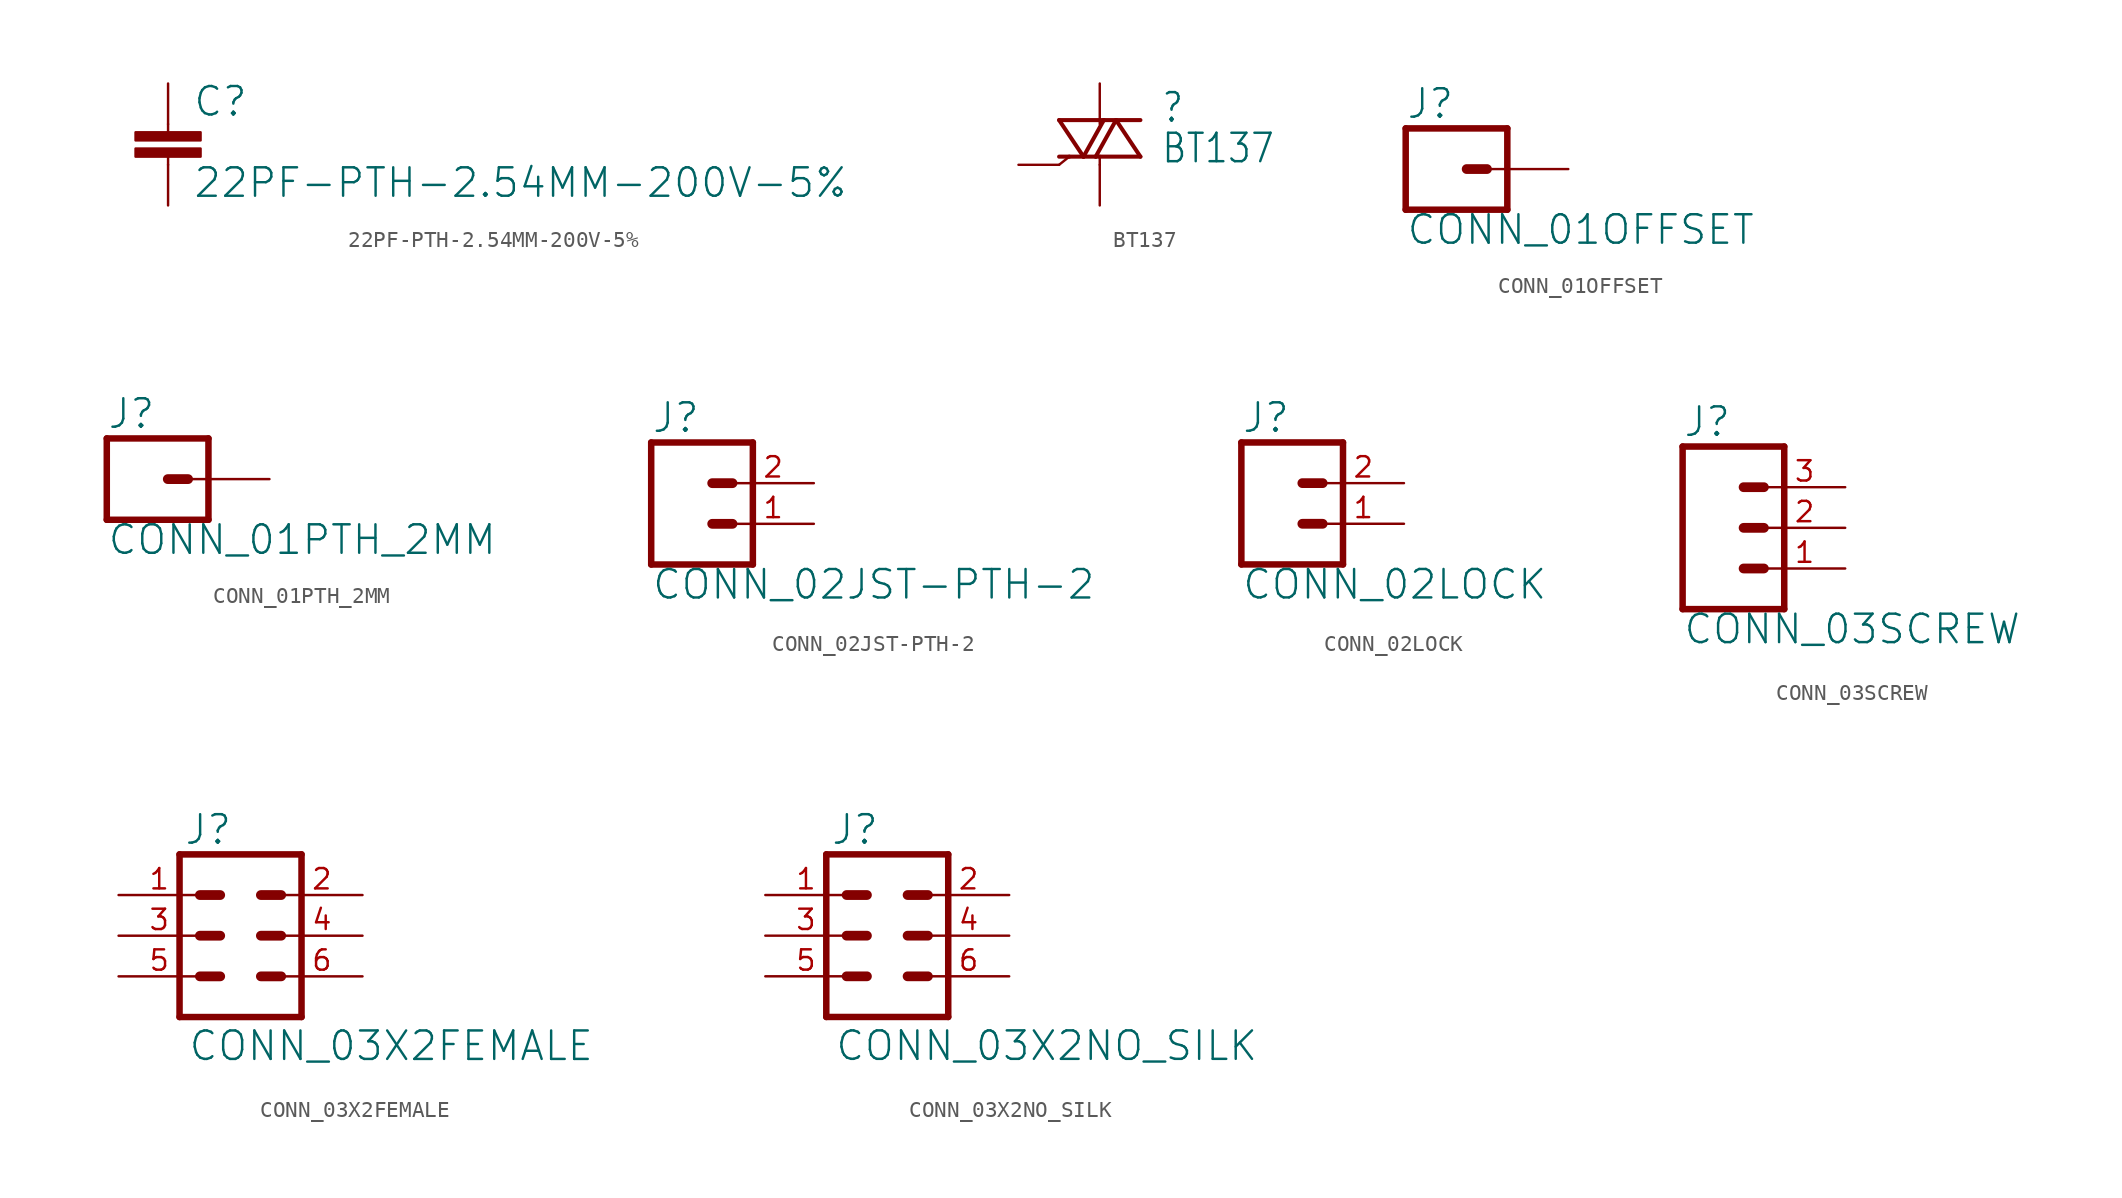
<source format=kicad_sym>
(kicad_symbol_lib
  (version 20220331)
  (generator kicad_symbol_editor)
  (symbol "22PF-PTH-2.54MM-200V-5%"
    (property "Reference" "C"
      (at 1.524 2.921 0)
      (effects (font (size 1.778 1.778)) (justify left bottom)))
    (property "Value" "22PF-PTH-2.54MM-200V-5%"
      (at 1.524 -2.159 0)
      (effects (font (size 1.778 1.778)) (justify left bottom)))
    (property "ki_locked" ""
      (at 0 0 0)
      (effects (font (size 1.27 1.27))))
    (symbol "22PF-PTH-2.54MM-200V-5%_1_0"
      (rectangle (start -2.032 0.508) (end 2.032 1.016) (stroke (width 0) (type default)) (fill (type outline)))
      (rectangle (start -2.032 1.524) (end 2.032 2.032) (stroke (width 0) (type default)) (fill (type outline)))
      (polyline (pts (xy 0 0) (xy 0 0.508)) (stroke (width 0.152) (type solid)) (fill (type none)))
      (polyline (pts (xy 0 2.54) (xy 0 2.032)) (stroke (width 0.152) (type solid)) (fill (type none)))
      (pin passive line (at 0 5.08 270) (length 2.54) (name "1" (effects (font (size 0 0)))) (number "1" (effects (font (size 0 0)))))
      (pin passive line (at 0 -2.54 90) (length 2.54) (name "2" (effects (font (size 0 0)))) (number "2" (effects (font (size 0 0)))))))
  (symbol "BT137"
    (property "Reference" ""
      (at 3.81 2.54 0)
      (effects (font (size 1.778 1.511)) (justify left bottom)))
    (property "Value" "BT137"
      (at 3.81 0 0)
      (effects (font (size 1.778 1.511)) (justify left bottom)))
    (property "ki_locked" ""
      (at 0 0 0)
      (effects (font (size 1.27 1.27))))
    (symbol "BT137_1_0"
      (polyline (pts (xy -2.54 2.794) (xy -1.016 0.508)) (stroke (width 0.254) (type solid)) (fill (type none)))
      (polyline (pts (xy -1.905 0.508) (xy -2.54 0)) (stroke (width 0.152) (type solid)) (fill (type none)))
      (polyline (pts (xy -1.905 0.508) (xy -2.54 0.508)) (stroke (width 0.254) (type solid)) (fill (type none)))
      (polyline (pts (xy -1.016 0.508) (xy -1.905 0.508)) (stroke (width 0.254) (type solid)) (fill (type none)))
      (polyline (pts (xy -1.016 0.508) (xy -0.254 0.508)) (stroke (width 0.254) (type solid)) (fill (type none)))
      (polyline (pts (xy -1.016 0.508) (xy 0.254 2.794)) (stroke (width 0.254) (type solid)) (fill (type none)))
      (polyline (pts (xy -0.254 0.508) (xy 1.016 2.794)) (stroke (width 0.254) (type solid)) (fill (type none)))
      (polyline (pts (xy 0 0) (xy 0 0.508)) (stroke (width 0.152) (type solid)) (fill (type none)))
      (polyline (pts (xy 0 0.508) (xy -0.254 0.508)) (stroke (width 0.254) (type solid)) (fill (type none)))
      (polyline (pts (xy 0.254 2.794) (xy -2.54 2.794)) (stroke (width 0.254) (type solid)) (fill (type none)))
      (polyline (pts (xy 1.016 2.794) (xy 0.254 2.794)) (stroke (width 0.254) (type solid)) (fill (type none)))
      (polyline (pts (xy 1.016 2.794) (xy 2.54 0.508)) (stroke (width 0.254) (type solid)) (fill (type none)))
      (polyline (pts (xy 1.016 2.794) (xy 2.54 2.794)) (stroke (width 0.254) (type solid)) (fill (type none)))
      (polyline (pts (xy 2.54 0.508) (xy 0 0.508)) (stroke (width 0.254) (type solid)) (fill (type none)))
      (pin passive line (at -5.08 0 0) (length 2.54) (name "G" (effects (font (size 0 0)))) (number "G" (effects (font (size 0 0)))))
      (pin passive line (at 0 -2.54 90) (length 2.54) (name "A1" (effects (font (size 0 0)))) (number "T1" (effects (font (size 0 0)))))
      (pin passive line (at 0 5.08 270) (length 2.54) (name "A2" (effects (font (size 0 0)))) (number "T2" (effects (font (size 0 0)))))))
  (symbol "CONN_01OFFSET"
    (property "Reference" "J"
      (at -2.54 3.048 0)
      (effects (font (size 1.778 1.778)) (justify left bottom)))
    (property "Value" "CONN_01OFFSET"
      (at -2.54 -4.826 0)
      (effects (font (size 1.778 1.778)) (justify left bottom)))
    (property "ki_locked" ""
      (at 0 0 0)
      (effects (font (size 1.27 1.27))))
    (symbol "CONN_01OFFSET_1_0"
      (polyline (pts (xy -2.54 2.54) (xy -2.54 -2.54)) (stroke (width 0.406) (type solid)) (fill (type none)))
      (polyline (pts (xy -2.54 2.54) (xy 3.81 2.54)) (stroke (width 0.406) (type solid)) (fill (type none)))
      (polyline (pts (xy 1.27 0) (xy 2.54 0)) (stroke (width 0.61) (type solid)) (fill (type none)))
      (polyline (pts (xy 3.81 -2.54) (xy -2.54 -2.54)) (stroke (width 0.406) (type solid)) (fill (type none)))
      (polyline (pts (xy 3.81 -2.54) (xy 3.81 2.54)) (stroke (width 0.406) (type solid)) (fill (type none)))
      (pin passive line (at 7.62 0 180) (length 5.08) (name "1" (effects (font (size 0 0)))) (number "1" (effects (font (size 0 0)))))))
  (symbol "CONN_01PTH_2MM"
    (property "Reference" "J"
      (at -2.54 3.048 0)
      (effects (font (size 1.778 1.778)) (justify left bottom)))
    (property "Value" "CONN_01PTH_2MM"
      (at -2.54 -4.826 0)
      (effects (font (size 1.778 1.778)) (justify left bottom)))
    (property "ki_locked" ""
      (at 0 0 0)
      (effects (font (size 1.27 1.27))))
    (symbol "CONN_01PTH_2MM_1_0"
      (polyline (pts (xy -2.54 2.54) (xy -2.54 -2.54)) (stroke (width 0.406) (type solid)) (fill (type none)))
      (polyline (pts (xy -2.54 2.54) (xy 3.81 2.54)) (stroke (width 0.406) (type solid)) (fill (type none)))
      (polyline (pts (xy 1.27 0) (xy 2.54 0)) (stroke (width 0.61) (type solid)) (fill (type none)))
      (polyline (pts (xy 3.81 -2.54) (xy -2.54 -2.54)) (stroke (width 0.406) (type solid)) (fill (type none)))
      (polyline (pts (xy 3.81 -2.54) (xy 3.81 2.54)) (stroke (width 0.406) (type solid)) (fill (type none)))
      (pin passive line (at 7.62 0 180) (length 5.08) (name "1" (effects (font (size 0 0)))) (number "1" (effects (font (size 0 0)))))))
  (symbol "CONN_02JST-PTH-2"
    (property "Reference" "J"
      (at -2.54 5.588 0)
      (effects (font (size 1.778 1.778)) (justify left bottom)))
    (property "Value" "CONN_02JST-PTH-2"
      (at -2.54 -4.826 0)
      (effects (font (size 1.778 1.778)) (justify left bottom)))
    (property "ki_locked" ""
      (at 0 0 0)
      (effects (font (size 1.27 1.27))))
    (symbol "CONN_02JST-PTH-2_1_0"
      (polyline (pts (xy -2.54 5.08) (xy -2.54 -2.54)) (stroke (width 0.406) (type solid)) (fill (type none)))
      (polyline (pts (xy -2.54 5.08) (xy 3.81 5.08)) (stroke (width 0.406) (type solid)) (fill (type none)))
      (polyline (pts (xy 1.27 0) (xy 2.54 0)) (stroke (width 0.61) (type solid)) (fill (type none)))
      (polyline (pts (xy 1.27 2.54) (xy 2.54 2.54)) (stroke (width 0.61) (type solid)) (fill (type none)))
      (polyline (pts (xy 3.81 -2.54) (xy -2.54 -2.54)) (stroke (width 0.406) (type solid)) (fill (type none)))
      (polyline (pts (xy 3.81 -2.54) (xy 3.81 5.08)) (stroke (width 0.406) (type solid)) (fill (type none)))
      (pin passive line (at 7.62 0 180) (length 5.08) (name "1" (effects (font (size 0 0)))) (number "1" (effects (font (size 1.27 1.27)))))
      (pin passive line (at 7.62 2.54 180) (length 5.08) (name "2" (effects (font (size 0 0)))) (number "2" (effects (font (size 1.27 1.27)))))))
  (symbol "CONN_02LOCK"
    (property "Reference" "J"
      (at -2.54 5.588 0)
      (effects (font (size 1.778 1.778)) (justify left bottom)))
    (property "Value" "CONN_02LOCK"
      (at -2.54 -4.826 0)
      (effects (font (size 1.778 1.778)) (justify left bottom)))
    (property "ki_locked" ""
      (at 0 0 0)
      (effects (font (size 1.27 1.27))))
    (symbol "CONN_02LOCK_1_0"
      (polyline (pts (xy -2.54 5.08) (xy -2.54 -2.54)) (stroke (width 0.406) (type solid)) (fill (type none)))
      (polyline (pts (xy -2.54 5.08) (xy 3.81 5.08)) (stroke (width 0.406) (type solid)) (fill (type none)))
      (polyline (pts (xy 1.27 0) (xy 2.54 0)) (stroke (width 0.61) (type solid)) (fill (type none)))
      (polyline (pts (xy 1.27 2.54) (xy 2.54 2.54)) (stroke (width 0.61) (type solid)) (fill (type none)))
      (polyline (pts (xy 3.81 -2.54) (xy -2.54 -2.54)) (stroke (width 0.406) (type solid)) (fill (type none)))
      (polyline (pts (xy 3.81 -2.54) (xy 3.81 5.08)) (stroke (width 0.406) (type solid)) (fill (type none)))
      (pin passive line (at 7.62 0 180) (length 5.08) (name "1" (effects (font (size 0 0)))) (number "1" (effects (font (size 1.27 1.27)))))
      (pin passive line (at 7.62 2.54 180) (length 5.08) (name "2" (effects (font (size 0 0)))) (number "2" (effects (font (size 1.27 1.27)))))))
  (symbol "CONN_03SCREW"
    (property "Reference" "J"
      (at -2.54 5.588 0)
      (effects (font (size 1.778 1.778)) (justify left bottom)))
    (property "Value" "CONN_03SCREW"
      (at -2.54 -7.366 0)
      (effects (font (size 1.778 1.778)) (justify left bottom)))
    (property "ki_locked" ""
      (at 0 0 0)
      (effects (font (size 1.27 1.27))))
    (symbol "CONN_03SCREW_1_0"
      (polyline (pts (xy -2.54 5.08) (xy -2.54 -5.08)) (stroke (width 0.406) (type solid)) (fill (type none)))
      (polyline (pts (xy -2.54 5.08) (xy 3.81 5.08)) (stroke (width 0.406) (type solid)) (fill (type none)))
      (polyline (pts (xy 1.27 -2.54) (xy 2.54 -2.54)) (stroke (width 0.61) (type solid)) (fill (type none)))
      (polyline (pts (xy 1.27 0) (xy 2.54 0)) (stroke (width 0.61) (type solid)) (fill (type none)))
      (polyline (pts (xy 1.27 2.54) (xy 2.54 2.54)) (stroke (width 0.61) (type solid)) (fill (type none)))
      (polyline (pts (xy 3.81 -5.08) (xy -2.54 -5.08)) (stroke (width 0.406) (type solid)) (fill (type none)))
      (polyline (pts (xy 3.81 -5.08) (xy 3.81 5.08)) (stroke (width 0.406) (type solid)) (fill (type none)))
      (pin passive line (at 7.62 -2.54 180) (length 5.08) (name "1" (effects (font (size 0 0)))) (number "1" (effects (font (size 1.27 1.27)))))
      (pin passive line (at 7.62 0 180) (length 5.08) (name "2" (effects (font (size 0 0)))) (number "2" (effects (font (size 1.27 1.27)))))
      (pin passive line (at 7.62 2.54 180) (length 5.08) (name "3" (effects (font (size 0 0)))) (number "3" (effects (font (size 1.27 1.27)))))))
  (symbol "CONN_03X2FEMALE"
    (property "Reference" "J"
      (at -3.556 5.588 0)
      (effects (font (size 1.778 1.778)) (justify left bottom)))
    (property "Value" "CONN_03X2FEMALE"
      (at -3.302 -5.842 0)
      (effects (font (size 1.778 1.778)) (justify left top)))
    (property "ki_locked" ""
      (at 0 0 0)
      (effects (font (size 1.27 1.27))))
    (symbol "CONN_03X2FEMALE_1_0"
      (polyline (pts (xy -3.81 5.08) (xy -3.81 -5.08)) (stroke (width 0.406) (type solid)) (fill (type none)))
      (polyline (pts (xy -3.81 5.08) (xy 3.81 5.08)) (stroke (width 0.406) (type solid)) (fill (type none)))
      (polyline (pts (xy -1.27 -2.54) (xy -2.54 -2.54)) (stroke (width 0.61) (type solid)) (fill (type none)))
      (polyline (pts (xy -1.27 0) (xy -2.54 0)) (stroke (width 0.61) (type solid)) (fill (type none)))
      (polyline (pts (xy -1.27 2.54) (xy -2.54 2.54)) (stroke (width 0.61) (type solid)) (fill (type none)))
      (polyline (pts (xy 1.27 -2.54) (xy 2.54 -2.54)) (stroke (width 0.61) (type solid)) (fill (type none)))
      (polyline (pts (xy 1.27 0) (xy 2.54 0)) (stroke (width 0.61) (type solid)) (fill (type none)))
      (polyline (pts (xy 1.27 2.54) (xy 2.54 2.54)) (stroke (width 0.61) (type solid)) (fill (type none)))
      (polyline (pts (xy 3.81 -5.08) (xy -3.81 -5.08)) (stroke (width 0.406) (type solid)) (fill (type none)))
      (polyline (pts (xy 3.81 -5.08) (xy 3.81 5.08)) (stroke (width 0.406) (type solid)) (fill (type none)))
      (pin bidirectional line (at -7.62 2.54 0) (length 5.08) (name "1" (effects (font (size 0 0)))) (number "1" (effects (font (size 1.27 1.27)))))
      (pin bidirectional line (at 7.62 2.54 180) (length 5.08) (name "2" (effects (font (size 0 0)))) (number "2" (effects (font (size 1.27 1.27)))))
      (pin bidirectional line (at -7.62 0 0) (length 5.08) (name "3" (effects (font (size 0 0)))) (number "3" (effects (font (size 1.27 1.27)))))
      (pin bidirectional line (at 7.62 0 180) (length 5.08) (name "4" (effects (font (size 0 0)))) (number "4" (effects (font (size 1.27 1.27)))))
      (pin bidirectional line (at -7.62 -2.54 0) (length 5.08) (name "5" (effects (font (size 0 0)))) (number "5" (effects (font (size 1.27 1.27)))))
      (pin bidirectional line (at 7.62 -2.54 180) (length 5.08) (name "6" (effects (font (size 0 0)))) (number "6" (effects (font (size 1.27 1.27)))))))
  (symbol "CONN_03X2NO_SILK"
    (property "Reference" "J"
      (at -3.556 5.588 0)
      (effects (font (size 1.778 1.778)) (justify left bottom)))
    (property "Value" "CONN_03X2NO_SILK"
      (at -3.302 -5.842 0)
      (effects (font (size 1.778 1.778)) (justify left top)))
    (property "ki_locked" ""
      (at 0 0 0)
      (effects (font (size 1.27 1.27))))
    (symbol "CONN_03X2NO_SILK_1_0"
      (polyline (pts (xy -3.81 5.08) (xy -3.81 -5.08)) (stroke (width 0.406) (type solid)) (fill (type none)))
      (polyline (pts (xy -3.81 5.08) (xy 3.81 5.08)) (stroke (width 0.406) (type solid)) (fill (type none)))
      (polyline (pts (xy -1.27 -2.54) (xy -2.54 -2.54)) (stroke (width 0.61) (type solid)) (fill (type none)))
      (polyline (pts (xy -1.27 0) (xy -2.54 0)) (stroke (width 0.61) (type solid)) (fill (type none)))
      (polyline (pts (xy -1.27 2.54) (xy -2.54 2.54)) (stroke (width 0.61) (type solid)) (fill (type none)))
      (polyline (pts (xy 1.27 -2.54) (xy 2.54 -2.54)) (stroke (width 0.61) (type solid)) (fill (type none)))
      (polyline (pts (xy 1.27 0) (xy 2.54 0)) (stroke (width 0.61) (type solid)) (fill (type none)))
      (polyline (pts (xy 1.27 2.54) (xy 2.54 2.54)) (stroke (width 0.61) (type solid)) (fill (type none)))
      (polyline (pts (xy 3.81 -5.08) (xy -3.81 -5.08)) (stroke (width 0.406) (type solid)) (fill (type none)))
      (polyline (pts (xy 3.81 -5.08) (xy 3.81 5.08)) (stroke (width 0.406) (type solid)) (fill (type none)))
      (pin bidirectional line (at -7.62 2.54 0) (length 5.08) (name "1" (effects (font (size 0 0)))) (number "1" (effects (font (size 1.27 1.27)))))
      (pin bidirectional line (at 7.62 2.54 180) (length 5.08) (name "2" (effects (font (size 0 0)))) (number "2" (effects (font (size 1.27 1.27)))))
      (pin bidirectional line (at -7.62 0 0) (length 5.08) (name "3" (effects (font (size 0 0)))) (number "3" (effects (font (size 1.27 1.27)))))
      (pin bidirectional line (at 7.62 0 180) (length 5.08) (name "4" (effects (font (size 0 0)))) (number "4" (effects (font (size 1.27 1.27)))))
      (pin bidirectional line (at -7.62 -2.54 0) (length 5.08) (name "5" (effects (font (size 0 0)))) (number "5" (effects (font (size 1.27 1.27)))))
      (pin bidirectional line (at 7.62 -2.54 180) (length 5.08) (name "6" (effects (font (size 0 0)))) (number "6" (effects (font (size 1.27 1.27))))))))
</source>
